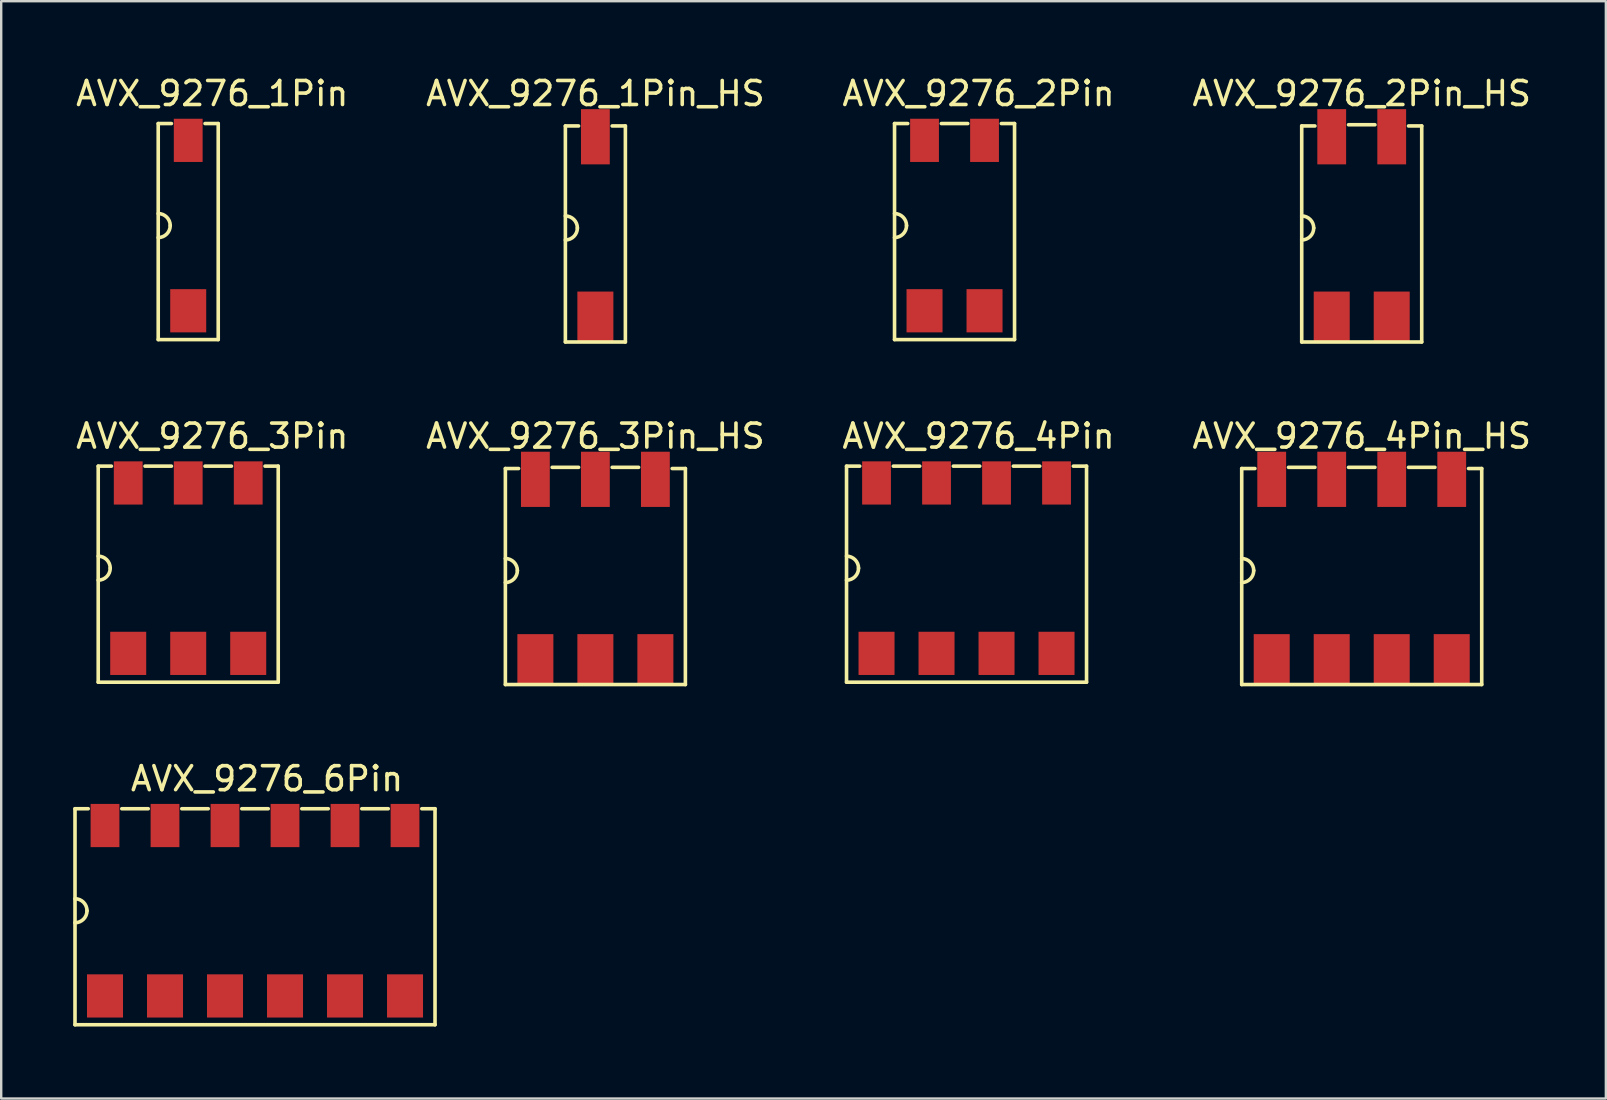
<source format=kicad_pcb>
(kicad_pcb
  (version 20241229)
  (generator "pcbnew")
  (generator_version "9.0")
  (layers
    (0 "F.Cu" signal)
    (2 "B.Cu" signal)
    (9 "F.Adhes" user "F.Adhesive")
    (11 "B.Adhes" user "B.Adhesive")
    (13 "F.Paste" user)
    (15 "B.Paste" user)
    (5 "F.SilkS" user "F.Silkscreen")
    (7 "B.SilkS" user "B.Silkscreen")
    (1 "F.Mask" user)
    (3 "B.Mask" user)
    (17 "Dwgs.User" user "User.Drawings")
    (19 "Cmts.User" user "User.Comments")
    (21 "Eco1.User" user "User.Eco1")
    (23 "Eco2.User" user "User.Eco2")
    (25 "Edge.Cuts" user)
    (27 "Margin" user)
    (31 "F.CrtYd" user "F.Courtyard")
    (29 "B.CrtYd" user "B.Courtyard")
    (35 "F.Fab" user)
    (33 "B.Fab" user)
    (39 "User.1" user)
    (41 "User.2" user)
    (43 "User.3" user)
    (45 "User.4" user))
  (footprint "AVX_9276_3Pin"
    (layer "F.Cu")
    (at 4.792 20.622)
    (property "Reference" "AVX_9276_3Pin" (at 1 -5.5 0) (layer "F.SilkS") (effects (font (size 1 1) (thickness 0.15))))
    (attr through_hole)
    (fp_line (start -3.75 -4.25) (end -3.75 4.75) (stroke (width 0.15) (type solid)) (layer "F.SilkS"))
    (fp_line (start -3.75 -4.25) (end -3.2 -4.25) (stroke (width 0.15) (type solid)) (layer "F.SilkS"))
    (fp_line (start -3.75 4.75) (end 3.75 4.75) (stroke (width 0.15) (type solid)) (layer "F.SilkS"))
    (fp_line (start -0.7 -4.25) (end -1.8 -4.25) (stroke (width 0.15) (type solid)) (layer "F.SilkS"))
    (fp_line (start 1.8 -4.25) (end 0.7 -4.25) (stroke (width 0.15) (type solid)) (layer "F.SilkS"))
    (fp_line (start 3.75 -4.25) (end 3.2 -4.25) (stroke (width 0.15) (type solid)) (layer "F.SilkS"))
    (fp_line (start 3.75 4.75) (end 3.75 -4.25) (stroke (width 0.15) (type solid)) (layer "F.SilkS"))
    (fp_arc (start -3.75 -0.5) (mid -3.396447 -0.353553) (end -3.25 0) (stroke (width 0.15) (type solid)) (layer "F.SilkS"))
    (fp_arc (start -3.25 0) (mid -3.396447 0.353553) (end -3.75 0.5) (stroke (width 0.15) (type solid)) (layer "F.SilkS"))
    (pad "1" smd rect (at -2.5 -3.55) (size 1.2 1.8) (layers "F.Cu" "F.Mask" "F.Paste"))
    (pad "1" smd rect (at -2.5 3.55) (size 1.5 1.8) (layers "F.Cu" "F.Mask" "F.Paste"))
    (pad "2" smd rect (at 0 -3.55) (size 1.2 1.8) (layers "F.Cu" "F.Mask" "F.Paste"))
    (pad "2" smd rect (at 0 3.55) (size 1.5 1.8) (layers "F.Cu" "F.Mask" "F.Paste"))
    (pad "3" smd rect (at 2.5 -3.55) (size 1.2 1.8) (layers "F.Cu" "F.Mask" "F.Paste"))
    (pad "3" smd rect (at 2.5 3.55) (size 1.5 1.8) (layers "F.Cu" "F.Mask" "F.Paste")))
  (footprint "AVX_9276_4Pin_HS"
    (layer "F.Cu")
    (at 53.685 20.721)
    (property "Reference" "AVX_9276_4Pin_HS" (at 0 -5.6 0) (layer "F.SilkS") (effects (font (size 1 1) (thickness 0.15))))
    (attr through_hole)
    (fp_line (start -5 -4.25) (end -5 4.75) (stroke (width 0.15) (type solid)) (layer "F.SilkS"))
    (fp_line (start -5 -4.25) (end -4.45 -4.25) (stroke (width 0.15) (type solid)) (layer "F.SilkS"))
    (fp_line (start -5 4.75) (end 5 4.75) (stroke (width 0.15) (type solid)) (layer "F.SilkS"))
    (fp_line (start -1.95 -4.3) (end -3.05 -4.3) (stroke (width 0.15) (type solid)) (layer "F.SilkS"))
    (fp_line (start 0.55 -4.3) (end -0.55 -4.3) (stroke (width 0.15) (type solid)) (layer "F.SilkS"))
    (fp_line (start 3.05 -4.3) (end 1.95 -4.3) (stroke (width 0.15) (type solid)) (layer "F.SilkS"))
    (fp_line (start 5 -4.25) (end 4.45 -4.25) (stroke (width 0.15) (type solid)) (layer "F.SilkS"))
    (fp_line (start 5 4.75) (end 5 -4.25) (stroke (width 0.15) (type solid)) (layer "F.SilkS"))
    (fp_arc (start -5 -0.5) (mid -4.646447 -0.353553) (end -4.5 0) (stroke (width 0.15) (type solid)) (layer "F.SilkS"))
    (fp_arc (start -4.5 0) (mid -4.646447 0.353553) (end -5 0.5) (stroke (width 0.15) (type solid)) (layer "F.SilkS"))
    (pad "1" smd rect (at -3.75 -3.8) (size 1.2 2.3) (layers "F.Cu" "F.Mask" "F.Paste"))
    (pad "1" smd rect (at -3.75 3.7) (size 1.5 2.1) (layers "F.Cu" "F.Mask" "F.Paste"))
    (pad "2" smd rect (at -1.25 -3.8) (size 1.2 2.3) (layers "F.Cu" "F.Mask" "F.Paste"))
    (pad "2" smd rect (at -1.25 3.7) (size 1.5 2.1) (layers "F.Cu" "F.Mask" "F.Paste"))
    (pad "3" smd rect (at 1.25 -3.8) (size 1.2 2.3) (layers "F.Cu" "F.Mask" "F.Paste"))
    (pad "3" smd rect (at 1.25 3.7) (size 1.5 2.1) (layers "F.Cu" "F.Mask" "F.Paste"))
    (pad "4" smd rect (at 3.75 -3.8) (size 1.2 2.3) (layers "F.Cu" "F.Mask" "F.Paste"))
    (pad "4" smd rect (at 3.75 3.7) (size 1.5 2.1) (layers "F.Cu" "F.Mask" "F.Paste")))
  (footprint "AVX_9276_3Pin_HS"
    (layer "F.Cu")
    (at 21.756 20.721)
    (property "Reference" "AVX_9276_3Pin_HS" (at 0 -5.6 0) (layer "F.SilkS") (effects (font (size 1 1) (thickness 0.15))))
    (attr through_hole)
    (fp_line (start -3.75 -4.25) (end -3.75 4.75) (stroke (width 0.15) (type solid)) (layer "F.SilkS"))
    (fp_line (start -3.75 -4.25) (end -3.2 -4.25) (stroke (width 0.15) (type solid)) (layer "F.SilkS"))
    (fp_line (start -3.75 4.75) (end 3.75 4.75) (stroke (width 0.15) (type solid)) (layer "F.SilkS"))
    (fp_line (start -0.7 -4.3) (end -1.8 -4.3) (stroke (width 0.15) (type solid)) (layer "F.SilkS"))
    (fp_line (start 1.8 -4.3) (end 0.7 -4.3) (stroke (width 0.15) (type solid)) (layer "F.SilkS"))
    (fp_line (start 3.75 -4.25) (end 3.2 -4.25) (stroke (width 0.15) (type solid)) (layer "F.SilkS"))
    (fp_line (start 3.75 4.75) (end 3.75 -4.25) (stroke (width 0.15) (type solid)) (layer "F.SilkS"))
    (fp_arc (start -3.75 -0.5) (mid -3.396447 -0.353553) (end -3.25 0) (stroke (width 0.15) (type solid)) (layer "F.SilkS"))
    (fp_arc (start -3.25 0) (mid -3.396447 0.353553) (end -3.75 0.5) (stroke (width 0.15) (type solid)) (layer "F.SilkS"))
    (pad "1" smd rect (at -2.5 -3.8) (size 1.2 2.3) (layers "F.Cu" "F.Mask" "F.Paste"))
    (pad "1" smd rect (at -2.5 3.7) (size 1.5 2.1) (layers "F.Cu" "F.Mask" "F.Paste"))
    (pad "2" smd rect (at 0 -3.8) (size 1.2 2.3) (layers "F.Cu" "F.Mask" "F.Paste"))
    (pad "2" smd rect (at 0 3.7) (size 1.5 2.1) (layers "F.Cu" "F.Mask" "F.Paste"))
    (pad "3" smd rect (at 2.5 -3.8) (size 1.2 2.3) (layers "F.Cu" "F.Mask" "F.Paste"))
    (pad "3" smd rect (at 2.5 3.7) (size 1.5 2.1) (layers "F.Cu" "F.Mask" "F.Paste")))
  (footprint "AVX_9276_4Pin"
    (layer "F.Cu")
    (at 37.22 20.622)
    (property "Reference" "AVX_9276_4Pin" (at 0.5 -5.5 0) (layer "F.SilkS") (effects (font (size 1 1) (thickness 0.15))))
    (attr through_hole)
    (fp_line (start -5 -4.25) (end -5 4.75) (stroke (width 0.15) (type solid)) (layer "F.SilkS"))
    (fp_line (start -5 -4.25) (end -4.45 -4.25) (stroke (width 0.15) (type solid)) (layer "F.SilkS"))
    (fp_line (start -5 4.75) (end 5 4.75) (stroke (width 0.15) (type solid)) (layer "F.SilkS"))
    (fp_line (start -1.95 -4.25) (end -3.05 -4.25) (stroke (width 0.15) (type solid)) (layer "F.SilkS"))
    (fp_line (start 0.55 -4.25) (end -0.55 -4.25) (stroke (width 0.15) (type solid)) (layer "F.SilkS"))
    (fp_line (start 3.05 -4.25) (end 1.95 -4.25) (stroke (width 0.15) (type solid)) (layer "F.SilkS"))
    (fp_line (start 5 -4.25) (end 4.45 -4.25) (stroke (width 0.15) (type solid)) (layer "F.SilkS"))
    (fp_line (start 5 4.75) (end 5 -4.25) (stroke (width 0.15) (type solid)) (layer "F.SilkS"))
    (fp_arc (start -5 -0.5) (mid -4.646447 -0.353553) (end -4.5 0) (stroke (width 0.15) (type solid)) (layer "F.SilkS"))
    (fp_arc (start -4.5 0) (mid -4.646447 0.353553) (end -5 0.5) (stroke (width 0.15) (type solid)) (layer "F.SilkS"))
    (pad "1" smd rect (at -3.75 -3.55) (size 1.2 1.8) (layers "F.Cu" "F.Mask" "F.Paste"))
    (pad "1" smd rect (at -3.75 3.55) (size 1.5 1.8) (layers "F.Cu" "F.Mask" "F.Paste"))
    (pad "2" smd rect (at -1.25 -3.55) (size 1.2 1.8) (layers "F.Cu" "F.Mask" "F.Paste"))
    (pad "2" smd rect (at -1.25 3.55) (size 1.5 1.8) (layers "F.Cu" "F.Mask" "F.Paste"))
    (pad "3" smd rect (at 1.25 -3.55) (size 1.2 1.8) (layers "F.Cu" "F.Mask" "F.Paste"))
    (pad "3" smd rect (at 1.25 3.55) (size 1.5 1.8) (layers "F.Cu" "F.Mask" "F.Paste"))
    (pad "4" smd rect (at 3.75 -3.55) (size 1.2 1.8) (layers "F.Cu" "F.Mask" "F.Paste"))
    (pad "4" smd rect (at 3.75 3.55) (size 1.5 1.8) (layers "F.Cu" "F.Mask" "F.Paste")))
  (footprint "AVX_9276_1Pin_HS"
    (layer "F.Cu")
    (at 21.756 6.448)
    (property "Reference" "AVX_9276_1Pin_HS" (at 0 -5.6 0) (layer "F.SilkS") (effects (font (size 1 1) (thickness 0.15))))
    (attr through_hole)
    (fp_line (start -1.25 -4.25) (end -1.25 4.75) (stroke (width 0.15) (type solid)) (layer "F.SilkS"))
    (fp_line (start -1.25 -4.25) (end -0.7 -4.25) (stroke (width 0.15) (type solid)) (layer "F.SilkS"))
    (fp_line (start -1.25 4.75) (end 1.25 4.75) (stroke (width 0.15) (type solid)) (layer "F.SilkS"))
    (fp_line (start 1.25 -4.25) (end 0.7 -4.25) (stroke (width 0.15) (type solid)) (layer "F.SilkS"))
    (fp_line (start 1.25 4.75) (end 1.25 -4.25) (stroke (width 0.15) (type solid)) (layer "F.SilkS"))
    (fp_arc (start -1.25 -0.5) (mid -0.896447 -0.353553) (end -0.75 0) (stroke (width 0.15) (type solid)) (layer "F.SilkS"))
    (fp_arc (start -0.75 0) (mid -0.896447 0.353553) (end -1.25 0.5) (stroke (width 0.15) (type solid)) (layer "F.SilkS"))
    (pad "1" smd rect (at 0 -3.8) (size 1.2 2.3) (layers "F.Cu" "F.Mask" "F.Paste"))
    (pad "1" smd rect (at 0 3.7) (size 1.5 2.1) (layers "F.Cu" "F.Mask" "F.Paste")))
  (footprint "AVX_9276_6Pin"
    (layer "F.Cu")
    (at 7.575 34.895)
    (property "Reference" "AVX_9276_6Pin" (at 0.5 -5.5 0) (layer "F.SilkS") (effects (font (size 1 1) (thickness 0.15))))
    (attr through_hole)
    (fp_line (start -7.5 -4.25) (end -7.5 4.75) (stroke (width 0.15) (type solid)) (layer "F.SilkS"))
    (fp_line (start -7.5 -4.25) (end -6.95 -4.25) (stroke (width 0.15) (type solid)) (layer "F.SilkS"))
    (fp_line (start -7.5 4.75) (end 7.5 4.75) (stroke (width 0.15) (type solid)) (layer "F.SilkS"))
    (fp_line (start -4.45 -4.25) (end -5.55 -4.25) (stroke (width 0.15) (type solid)) (layer "F.SilkS"))
    (fp_line (start -1.95 -4.25) (end -3.05 -4.25) (stroke (width 0.15) (type solid)) (layer "F.SilkS"))
    (fp_line (start 0.55 -4.25) (end -0.55 -4.25) (stroke (width 0.15) (type solid)) (layer "F.SilkS"))
    (fp_line (start 3.05 -4.25) (end 1.95 -4.25) (stroke (width 0.15) (type solid)) (layer "F.SilkS"))
    (fp_line (start 5.55 -4.25) (end 4.45 -4.25) (stroke (width 0.15) (type solid)) (layer "F.SilkS"))
    (fp_line (start 7.5 -4.25) (end 6.95 -4.25) (stroke (width 0.15) (type solid)) (layer "F.SilkS"))
    (fp_line (start 7.5 4.75) (end 7.5 -4.25) (stroke (width 0.15) (type solid)) (layer "F.SilkS"))
    (fp_arc (start -7.5 -0.5) (mid -7.146447 -0.353553) (end -7 0) (stroke (width 0.15) (type solid)) (layer "F.SilkS"))
    (fp_arc (start -7 0) (mid -7.146447 0.353553) (end -7.5 0.5) (stroke (width 0.15) (type solid)) (layer "F.SilkS"))
    (pad "1" smd rect (at -6.25 -3.55) (size 1.2 1.8) (layers "F.Cu" "F.Mask" "F.Paste"))
    (pad "1" smd rect (at -6.25 3.55) (size 1.5 1.8) (layers "F.Cu" "F.Mask" "F.Paste"))
    (pad "2" smd rect (at -3.75 -3.55) (size 1.2 1.8) (layers "F.Cu" "F.Mask" "F.Paste"))
    (pad "2" smd rect (at -3.75 3.55) (size 1.5 1.8) (layers "F.Cu" "F.Mask" "F.Paste"))
    (pad "3" smd rect (at -1.25 -3.55) (size 1.2 1.8) (layers "F.Cu" "F.Mask" "F.Paste"))
    (pad "3" smd rect (at -1.25 3.55) (size 1.5 1.8) (layers "F.Cu" "F.Mask" "F.Paste"))
    (pad "4" smd rect (at 1.25 -3.55) (size 1.2 1.8) (layers "F.Cu" "F.Mask" "F.Paste"))
    (pad "4" smd rect (at 1.25 3.55) (size 1.5 1.8) (layers "F.Cu" "F.Mask" "F.Paste"))
    (pad "5" smd rect (at 3.75 -3.55) (size 1.2 1.8) (layers "F.Cu" "F.Mask" "F.Paste"))
    (pad "5" smd rect (at 3.75 3.55) (size 1.5 1.8) (layers "F.Cu" "F.Mask" "F.Paste"))
    (pad "6" smd rect (at 6.25 -3.55) (size 1.2 1.8) (layers "F.Cu" "F.Mask" "F.Paste"))
    (pad "6" smd rect (at 6.25 3.55) (size 1.5 1.8) (layers "F.Cu" "F.Mask" "F.Paste")))
  (footprint "AVX_9276_2Pin"
    (layer "F.Cu")
    (at 36.72 6.348)
    (property "Reference" "AVX_9276_2Pin" (at 1 -5.5 0) (layer "F.SilkS") (effects (font (size 1 1) (thickness 0.15))))
    (attr through_hole)
    (fp_line (start -2.5 -4.25) (end -2.5 4.75) (stroke (width 0.15) (type solid)) (layer "F.SilkS"))
    (fp_line (start -2.5 -4.25) (end -1.95 -4.25) (stroke (width 0.15) (type solid)) (layer "F.SilkS"))
    (fp_line (start -2.5 4.75) (end 2.5 4.75) (stroke (width 0.15) (type solid)) (layer "F.SilkS"))
    (fp_line (start 0.55 -4.25) (end -0.55 -4.25) (stroke (width 0.15) (type solid)) (layer "F.SilkS"))
    (fp_line (start 2.5 -4.25) (end 1.95 -4.25) (stroke (width 0.15) (type solid)) (layer "F.SilkS"))
    (fp_line (start 2.5 4.75) (end 2.5 -4.25) (stroke (width 0.15) (type solid)) (layer "F.SilkS"))
    (fp_arc (start -2.5 -0.5) (mid -2.146447 -0.353553) (end -2 0) (stroke (width 0.15) (type solid)) (layer "F.SilkS"))
    (fp_arc (start -2 0) (mid -2.146447 0.353553) (end -2.5 0.5) (stroke (width 0.15) (type solid)) (layer "F.SilkS"))
    (pad "1" smd rect (at -1.25 -3.55) (size 1.2 1.8) (layers "F.Cu" "F.Mask" "F.Paste"))
    (pad "1" smd rect (at -1.25 3.55) (size 1.5 1.8) (layers "F.Cu" "F.Mask" "F.Paste"))
    (pad "2" smd rect (at 1.25 -3.55) (size 1.2 1.8) (layers "F.Cu" "F.Mask" "F.Paste"))
    (pad "2" smd rect (at 1.25 3.55) (size 1.5 1.8) (layers "F.Cu" "F.Mask" "F.Paste")))
  (footprint "AVX_9276_1Pin"
    (layer "F.Cu")
    (at 4.792 6.348)
    (property "Reference" "AVX_9276_1Pin" (at 1 -5.5 0) (layer "F.SilkS") (effects (font (size 1 1) (thickness 0.15))))
    (attr through_hole)
    (fp_line (start -1.25 -4.25) (end -1.25 4.75) (stroke (width 0.15) (type solid)) (layer "F.SilkS"))
    (fp_line (start -1.25 -4.25) (end -0.7 -4.25) (stroke (width 0.15) (type solid)) (layer "F.SilkS"))
    (fp_line (start -1.25 4.75) (end 1.25 4.75) (stroke (width 0.15) (type solid)) (layer "F.SilkS"))
    (fp_line (start 1.25 -4.25) (end 0.7 -4.25) (stroke (width 0.15) (type solid)) (layer "F.SilkS"))
    (fp_line (start 1.25 4.75) (end 1.25 -4.25) (stroke (width 0.15) (type solid)) (layer "F.SilkS"))
    (fp_arc (start -1.25 -0.5) (mid -0.896447 -0.353553) (end -0.75 0) (stroke (width 0.15) (type solid)) (layer "F.SilkS"))
    (fp_arc (start -0.75 0) (mid -0.896447 0.353553) (end -1.25 0.5) (stroke (width 0.15) (type solid)) (layer "F.SilkS"))
    (pad "1" smd rect (at 0 -3.55) (size 1.2 1.8) (layers "F.Cu" "F.Mask" "F.Paste"))
    (pad "1" smd rect (at 0 3.55) (size 1.5 1.8) (layers "F.Cu" "F.Mask" "F.Paste")))
  (footprint "AVX_9276_2Pin_HS"
    (layer "F.Cu")
    (at 53.685 6.448)
    (property "Reference" "AVX_9276_2Pin_HS" (at 0 -5.6 0) (layer "F.SilkS") (effects (font (size 1 1) (thickness 0.15))))
    (attr through_hole)
    (fp_line (start -2.5 -4.25) (end -2.5 4.75) (stroke (width 0.15) (type solid)) (layer "F.SilkS"))
    (fp_line (start -2.5 -4.25) (end -1.95 -4.25) (stroke (width 0.15) (type solid)) (layer "F.SilkS"))
    (fp_line (start -2.5 4.75) (end 2.5 4.75) (stroke (width 0.15) (type solid)) (layer "F.SilkS"))
    (fp_line (start 0.55 -4.3) (end -0.55 -4.3) (stroke (width 0.15) (type solid)) (layer "F.SilkS"))
    (fp_line (start 2.5 -4.25) (end 1.95 -4.25) (stroke (width 0.15) (type solid)) (layer "F.SilkS"))
    (fp_line (start 2.5 4.75) (end 2.5 -4.25) (stroke (width 0.15) (type solid)) (layer "F.SilkS"))
    (fp_arc (start -2.5 -0.5) (mid -2.146447 -0.353553) (end -2 0) (stroke (width 0.15) (type solid)) (layer "F.SilkS"))
    (fp_arc (start -2 0) (mid -2.146447 0.353553) (end -2.5 0.5) (stroke (width 0.15) (type solid)) (layer "F.SilkS"))
    (pad "1" smd rect (at -1.25 -3.8) (size 1.2 2.3) (layers "F.Cu" "F.Mask" "F.Paste"))
    (pad "1" smd rect (at -1.25 3.7) (size 1.5 2.1) (layers "F.Cu" "F.Mask" "F.Paste"))
    (pad "2" smd rect (at 1.25 -3.8) (size 1.2 2.3) (layers "F.Cu" "F.Mask" "F.Paste"))
    (pad "2" smd rect (at 1.25 3.7) (size 1.5 2.1) (layers "F.Cu" "F.Mask" "F.Paste")))
  (gr_rect
    (start -3 -3)
    (end 63.857 42.72)
    (stroke (width 0.1) (type default))
    (fill no)
    (layer "Edge.Cuts")))
</source>
